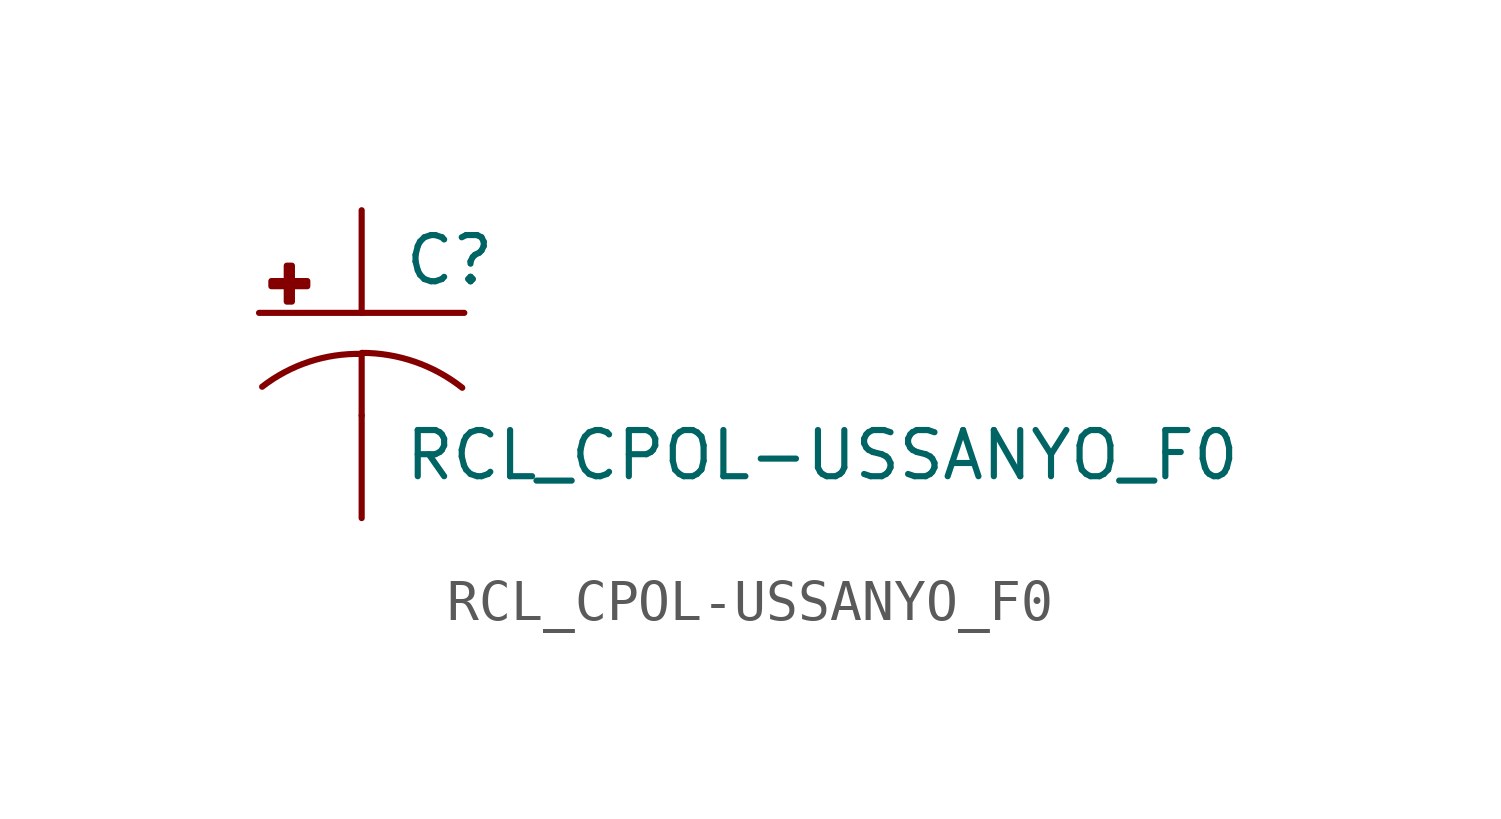
<source format=kicad_sym>
(kicad_symbol_lib
  (version 20210619)
  (generator kicad_symbol_editor)
  (symbol "RCL_CPOL-USSANYO_F0"
    (pin_numbers hide)
    (pin_names
      (offset 1.016) hide)
    (property "Reference" "C"
      (at 1.016 0.635 0)
      (effects (font (size 1.143 1.143)) (justify left bottom)))
    (property "Value" "RCL_CPOL-USSANYO_F0"
      (at 1.016 -4.191 0)
      (effects (font (size 1.143 1.143)) (justify left bottom)))
    (property "ki_locked" ""
      (at 0 0 0)
      (effects (font (size 1.27 1.27))))
    (symbol "RCL_CPOL-USSANYO_F0_1_0"
      (polyline (pts (xy -2.54 0) (xy 2.54 0)) (stroke (width 0)) (fill (type none)))
      (polyline (pts (xy 0 -1.016) (xy 0 -2.54)) (stroke (width 0)) (fill (type none)))
      (polyline (pts (xy 0 -1.016) (xy 0 -1.016)) (stroke (width 0)) (fill (type none))))
    (symbol "RCL_CPOL-USSANYO_F0_1_1"
      (arc (start 0 -1.016) (end -2.4638 -1.8288) (radius (at 0 -5.0546) (length 4.0386) (angles 90.1 127.3)) (stroke (width 0)) (fill (type none)))
      (arc (start 2.4892 -1.8542) (end 0 -0.9906) (radius (at 0 -5.0292) (length 4.0386) (angles 52.3 89.9)) (stroke (width 0)) (fill (type none)))
      (rectangle (start -2.235 0.66) (end -1.346 0.787) (stroke (width 0)) (fill (type outline)))
      (rectangle (start -1.854 0.279) (end -1.727 1.168) (stroke (width 0)) (fill (type outline)))
      (pin passive line (at 0 2.54 270) (length 2.54) (name "+" (effects (font (size 1.016 1.016)))) (number "+" (effects (font (size 1.016 1.016)))))
      (pin passive line (at 0 -5.08 90) (length 2.54) (name "-" (effects (font (size 1.016 1.016)))) (number "-" (effects (font (size 1.016 1.016))))))))
</source>
